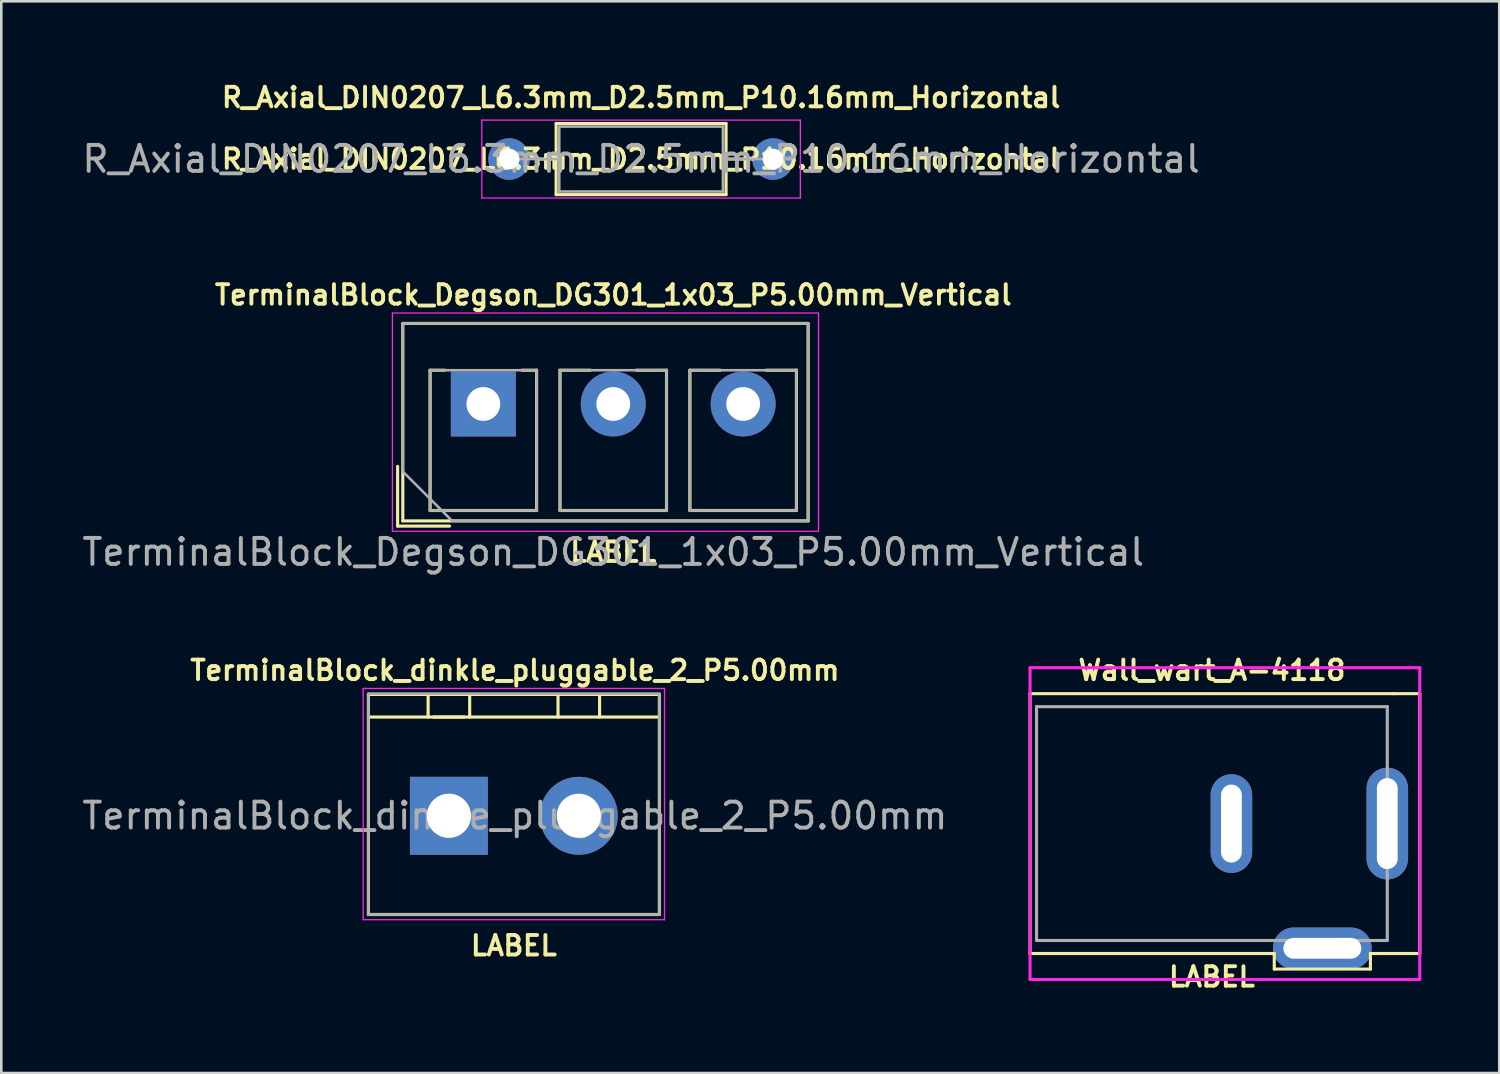
<source format=kicad_pcb>
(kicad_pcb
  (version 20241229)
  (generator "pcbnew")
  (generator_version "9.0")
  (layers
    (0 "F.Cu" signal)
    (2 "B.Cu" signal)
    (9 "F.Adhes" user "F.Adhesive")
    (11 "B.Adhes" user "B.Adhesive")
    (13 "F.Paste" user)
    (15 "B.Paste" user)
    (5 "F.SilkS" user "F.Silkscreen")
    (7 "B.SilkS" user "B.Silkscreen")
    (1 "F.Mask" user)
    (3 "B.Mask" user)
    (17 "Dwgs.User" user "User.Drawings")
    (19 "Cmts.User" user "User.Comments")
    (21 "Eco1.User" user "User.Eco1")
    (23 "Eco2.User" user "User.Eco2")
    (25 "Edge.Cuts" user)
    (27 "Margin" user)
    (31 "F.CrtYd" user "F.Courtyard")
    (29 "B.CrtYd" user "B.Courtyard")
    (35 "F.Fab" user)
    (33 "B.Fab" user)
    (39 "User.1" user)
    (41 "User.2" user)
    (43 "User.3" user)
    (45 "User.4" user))
  (footprint "Wall_wart_A-4118"
    (layer "F.Cu")
    (at 43.596 28.649)
    (property "Reference" "Wall_wart_A-4118" (at 0 -5.9 0) (layer "F.SilkS") (effects (font (size 0.75 0.75) (thickness 0.15))))
    (attr through_hole)
    (fp_line (start -7 -5) (end 7 -5) (stroke (width 0.12) (type solid)) (layer "F.SilkS"))
    (fp_line (start -7 5) (end -7 -5) (stroke (width 0.12) (type solid)) (layer "F.SilkS"))
    (fp_line (start 2.4 5) (end -7 5) (stroke (width 0.12) (type solid)) (layer "F.SilkS"))
    (fp_line (start 2.4 5) (end 2.4 5.6) (stroke (width 0.12) (type solid)) (layer "F.SilkS"))
    (fp_line (start 2.4 5.6) (end 6.1 5.6) (stroke (width 0.12) (type solid)) (layer "F.SilkS"))
    (fp_line (start 6.1 5) (end 8 5) (stroke (width 0.12) (type solid)) (layer "F.SilkS"))
    (fp_line (start 6.1 5.6) (end 6.1 5) (stroke (width 0.12) (type solid)) (layer "F.SilkS"))
    (fp_line (start 7 -5) (end 8 -5) (stroke (width 0.12) (type solid)) (layer "F.SilkS"))
    (fp_line (start 8 -5) (end 8 5) (stroke (width 0.12) (type solid)) (layer "F.SilkS"))
    (fp_line (start -7 -6) (end 8 -6) (stroke (width 0.12) (type solid)) (layer "F.CrtYd"))
    (fp_line (start -7 6) (end -7 -6) (stroke (width 0.12) (type solid)) (layer "F.CrtYd"))
    (fp_line (start 8 -6) (end 8 6) (stroke (width 0.12) (type solid)) (layer "F.CrtYd"))
    (fp_line (start 8 6) (end -7 6) (stroke (width 0.12) (type solid)) (layer "F.CrtYd"))
    (fp_line (start -6.75 -4.5) (end -6.75 4.5) (stroke (width 0.12) (type solid)) (layer "F.Fab"))
    (fp_line (start -6.75 4.5) (end 6.75 4.5) (stroke (width 0.12) (type solid)) (layer "F.Fab"))
    (fp_line (start 6.75 -4.5) (end -6.75 -4.5) (stroke (width 0.12) (type solid)) (layer "F.Fab"))
    (fp_line (start 6.75 4.5) (end 6.75 -4.5) (stroke (width 0.12) (type solid)) (layer "F.Fab"))
    (fp_text user "LABEL" (at 0 5.9 0) (layer "F.SilkS") (effects (font (size 0.75 0.75) (thickness 0.15))))
    (pad "1" thru_hole oval (at 4.25 4.8) (size 3.8 1.6) (drill oval 3 0.8) (layers "*.Cu" "*.Mask"))
    (pad "2" thru_hole oval (at 0.75 0) (size 1.6 3.8) (drill oval 0.8 3) (layers "*.Cu" "*.Mask"))
    (pad "3" thru_hole oval (at 6.75 0) (size 1.6 4.3) (drill oval 0.8 3.5) (layers "*.Cu" "*.Mask")))
  (footprint "TerminalBlock_Degson_DG301_1x03_P5.00mm_Vertical"
    (layer "F.Cu")
    (at 20.554 12.499)
    (property "Reference" "TerminalBlock_Degson_DG301_1x03_P5.00mm_Vertical" (at 0 -4.2 0) (layer "F.SilkS") (effects (font (size 0.75 0.75) (thickness 0.15))))
    (attr through_hole)
    (fp_line (start -8.3 2.4) (end -8.3 4.7) (stroke (width 0.12) (type solid)) (layer "F.SilkS"))
    (fp_line (start -8.3 4.7) (end -6.3 4.7) (stroke (width 0.12) (type solid)) (layer "F.SilkS"))
    (fp_line (start -8.1 -3.1) (end -8.1 4.5) (stroke (width 0.12) (type solid)) (layer "F.SilkS"))
    (fp_line (start -8.1 -3.1) (end 7.5 -3.1) (stroke (width 0.12) (type solid)) (layer "F.SilkS"))
    (fp_line (start -8.1 4.5) (end 7.5 4.5) (stroke (width 0.12) (type solid)) (layer "F.SilkS"))
    (fp_line (start -7.05 -1.3) (end -7.05 4.1) (stroke (width 0.12) (type solid)) (layer "F.SilkS"))
    (fp_line (start -7.05 -1.3) (end -6.49 -1.3) (stroke (width 0.12) (type solid)) (layer "F.SilkS"))
    (fp_line (start -7.05 4.1) (end -2.95 4.1) (stroke (width 0.12) (type solid)) (layer "F.SilkS"))
    (fp_line (start -3.51 -1.3) (end -2.95 -1.3) (stroke (width 0.12) (type solid)) (layer "F.SilkS"))
    (fp_line (start -2.95 -1.3) (end -2.95 4.1) (stroke (width 0.12) (type solid)) (layer "F.SilkS"))
    (fp_line (start -2.05 -1.3) (end -2.05 4.1) (stroke (width 0.12) (type solid)) (layer "F.SilkS"))
    (fp_line (start -2.05 -1.3) (end -0.883 -1.3) (stroke (width 0.12) (type solid)) (layer "F.SilkS"))
    (fp_line (start -2.05 4.1) (end 2.05 4.1) (stroke (width 0.12) (type solid)) (layer "F.SilkS"))
    (fp_line (start 0.884 -1.3) (end 2.05 -1.3) (stroke (width 0.12) (type solid)) (layer "F.SilkS"))
    (fp_line (start 2.05 -1.3) (end 2.05 4.1) (stroke (width 0.12) (type solid)) (layer "F.SilkS"))
    (fp_line (start 2.95 -1.3) (end 2.95 4.1) (stroke (width 0.12) (type solid)) (layer "F.SilkS"))
    (fp_line (start 2.95 -1.3) (end 4.117 -1.3) (stroke (width 0.12) (type solid)) (layer "F.SilkS"))
    (fp_line (start 2.95 4.1) (end 7.05 4.1) (stroke (width 0.12) (type solid)) (layer "F.SilkS"))
    (fp_line (start 5.884 -1.3) (end 7.05 -1.3) (stroke (width 0.12) (type solid)) (layer "F.SilkS"))
    (fp_line (start 7.05 -1.3) (end 7.05 4.1) (stroke (width 0.12) (type solid)) (layer "F.SilkS"))
    (fp_line (start 7.5 -3.1) (end 7.5 4.5) (stroke (width 0.12) (type solid)) (layer "F.SilkS"))
    (fp_line (start -8.5 -3.5) (end -8.5 4.9) (stroke (width 0.05) (type solid)) (layer "F.CrtYd"))
    (fp_line (start -8.5 4.9) (end 7.9 4.9) (stroke (width 0.05) (type solid)) (layer "F.CrtYd"))
    (fp_line (start 7.9 -3.5) (end -8.5 -3.5) (stroke (width 0.05) (type solid)) (layer "F.CrtYd"))
    (fp_line (start 7.9 4.9) (end 7.9 -3.5) (stroke (width 0.05) (type solid)) (layer "F.CrtYd"))
    (fp_line (start -8.1 -3.1) (end 7.5 -3.1) (stroke (width 0.1) (type solid)) (layer "F.Fab"))
    (fp_line (start -8.1 2.6) (end -8.1 -3.1) (stroke (width 0.1) (type solid)) (layer "F.Fab"))
    (fp_line (start -7.05 -1.3) (end -7.05 4.1) (stroke (width 0.1) (type solid)) (layer "F.Fab"))
    (fp_line (start -7.05 4.1) (end -2.95 4.1) (stroke (width 0.1) (type solid)) (layer "F.Fab"))
    (fp_line (start -6.2 4.5) (end -8.1 2.6) (stroke (width 0.1) (type solid)) (layer "F.Fab"))
    (fp_line (start -2.95 -1.3) (end -7.05 -1.3) (stroke (width 0.1) (type solid)) (layer "F.Fab"))
    (fp_line (start -2.95 4.1) (end -2.95 -1.3) (stroke (width 0.1) (type solid)) (layer "F.Fab"))
    (fp_line (start -2.05 -1.3) (end -2.05 4.1) (stroke (width 0.1) (type solid)) (layer "F.Fab"))
    (fp_line (start -2.05 4.1) (end 2.05 4.1) (stroke (width 0.1) (type solid)) (layer "F.Fab"))
    (fp_line (start 2.05 -1.3) (end -2.05 -1.3) (stroke (width 0.1) (type solid)) (layer "F.Fab"))
    (fp_line (start 2.05 4.1) (end 2.05 -1.3) (stroke (width 0.1) (type solid)) (layer "F.Fab"))
    (fp_line (start 2.95 -1.3) (end 2.95 4.1) (stroke (width 0.1) (type solid)) (layer "F.Fab"))
    (fp_line (start 2.95 4.1) (end 7.05 4.1) (stroke (width 0.1) (type solid)) (layer "F.Fab"))
    (fp_line (start 7.05 -1.3) (end 2.95 -1.3) (stroke (width 0.1) (type solid)) (layer "F.Fab"))
    (fp_line (start 7.05 4.1) (end 7.05 -1.3) (stroke (width 0.1) (type solid)) (layer "F.Fab"))
    (fp_line (start 7.5 -3.1) (end 7.5 4.5) (stroke (width 0.1) (type solid)) (layer "F.Fab"))
    (fp_line (start 7.5 4.5) (end -6.2 4.5) (stroke (width 0.1) (type solid)) (layer "F.Fab"))
    (fp_text user "LABEL" (at 0 5.7 0) (layer "F.SilkS") (effects (font (size 0.75 0.75) (thickness 0.15))))
    (fp_text user "${REFERENCE}" (at 0 5.7 0) (layer "F.Fab") (effects (font (size 1 1) (thickness 0.15))))
    (pad "1" thru_hole rect (at -5 0) (size 2.5 2.5) (drill 1.3) (layers "*.Cu" "*.Mask"))
    (pad "2" thru_hole circle (at 0 0) (size 2.5 2.5) (drill 1.3) (layers "*.Cu" "*.Mask"))
    (pad "3" thru_hole circle (at 5 0) (size 2.5 2.5) (drill 1.3) (layers "*.Cu" "*.Mask")))
  (footprint "R_Axial_DIN0207_L6.3mm_D2.5mm_P10.16mm_Horizontal"
    (layer "F.Cu")
    (at 16.545 3.072)
    (property "Reference" "R_Axial_DIN0207_L6.3mm_D2.5mm_P10.16mm_Horizontal" (at 5.08 -2.37 0) (layer "F.SilkS") (effects (font (size 0.75 0.75) (thickness 0.15))))
    (property "Value" "R_Axial_DIN0207_L6.3mm_D2.5mm_P10.16mm_Horizontal" (at 5.08 2.37 0) (layer "F.Fab") (hide yes) (effects (font (size 1 1) (thickness 0.15))))
    (attr through_hole)
    (fp_line (start 1.04 0) (end 1.81 0) (stroke (width 0.12) (type solid)) (layer "F.SilkS"))
    (fp_line (start 1.81 -1.37) (end 1.81 1.37) (stroke (width 0.12) (type solid)) (layer "F.SilkS"))
    (fp_line (start 1.81 1.37) (end 8.35 1.37) (stroke (width 0.12) (type solid)) (layer "F.SilkS"))
    (fp_line (start 8.35 -1.37) (end 1.81 -1.37) (stroke (width 0.12) (type solid)) (layer "F.SilkS"))
    (fp_line (start 8.35 1.37) (end 8.35 -1.37) (stroke (width 0.12) (type solid)) (layer "F.SilkS"))
    (fp_line (start 9.12 0) (end 8.35 0) (stroke (width 0.12) (type solid)) (layer "F.SilkS"))
    (fp_line (start -1.05 -1.5) (end -1.05 1.5) (stroke (width 0.05) (type solid)) (layer "F.CrtYd"))
    (fp_line (start -1.05 1.5) (end 11.21 1.5) (stroke (width 0.05) (type solid)) (layer "F.CrtYd"))
    (fp_line (start 11.21 -1.5) (end -1.05 -1.5) (stroke (width 0.05) (type solid)) (layer "F.CrtYd"))
    (fp_line (start 11.21 1.5) (end 11.21 -1.5) (stroke (width 0.05) (type solid)) (layer "F.CrtYd"))
    (fp_line (start 0 0) (end 1.93 0) (stroke (width 0.1) (type solid)) (layer "F.Fab"))
    (fp_line (start 1.93 -1.25) (end 1.93 1.25) (stroke (width 0.1) (type solid)) (layer "F.Fab"))
    (fp_line (start 1.93 1.25) (end 8.23 1.25) (stroke (width 0.1) (type solid)) (layer "F.Fab"))
    (fp_line (start 8.23 -1.25) (end 1.93 -1.25) (stroke (width 0.1) (type solid)) (layer "F.Fab"))
    (fp_line (start 8.23 1.25) (end 8.23 -1.25) (stroke (width 0.1) (type solid)) (layer "F.Fab"))
    (fp_line (start 10.16 0) (end 8.23 0) (stroke (width 0.1) (type solid)) (layer "F.Fab"))
    (fp_text user "${VALUE}" (at 5.08 0 0) (layer "F.SilkS") (effects (font (size 0.75 0.75) (thickness 0.15))))
    (fp_text user "${REFERENCE}" (at 5.08 0 0) (layer "F.Fab") (effects (font (size 1 1) (thickness 0.15))))
    (pad "1" thru_hole circle (at 0 0) (size 1.6 1.6) (drill 0.8) (layers "*.Cu" "*.Mask"))
    (pad "2" thru_hole oval (at 10.16 0) (size 1.6 1.6) (drill 0.8) (layers "*.Cu" "*.Mask")))
  (footprint "TerminalBlock_dinkle_pluggable_2_P5.00mm"
    (layer "F.Cu")
    (at 14.228 28.349)
    (property "Reference" "TerminalBlock_dinkle_pluggable_2_P5.00mm" (at 2.54 -5.6 0) (layer "F.SilkS") (effects (font (size 0.75 0.75) (thickness 0.15))))
    (attr through_hole)
    (fp_line (start -3.1 -4.67) (end -3.1 3.8) (stroke (width 0.12) (type solid)) (layer "F.SilkS"))
    (fp_line (start -3.1 -4.67) (end 8.1 -4.67) (stroke (width 0.12) (type solid)) (layer "F.SilkS"))
    (fp_line (start -3.1 -3.8) (end 8.1 -3.8) (stroke (width 0.12) (type solid)) (layer "F.SilkS"))
    (fp_line (start -3.1 3.8) (end 8.1 3.8) (stroke (width 0.12) (type solid)) (layer "F.SilkS"))
    (fp_line (start -0.8 -4.6) (end -0.8 -3.8) (stroke (width 0.12) (type solid)) (layer "F.SilkS"))
    (fp_line (start -0.6 -3.8) (end 0.6 -3.8) (stroke (width 0.12) (type solid)) (layer "F.SilkS"))
    (fp_line (start 0.8 -3.8) (end 0.8 -4.6) (stroke (width 0.12) (type solid)) (layer "F.SilkS"))
    (fp_line (start 4.2 -3.8) (end 4.2 -4.6) (stroke (width 0.12) (type solid)) (layer "F.SilkS"))
    (fp_line (start 5.8 -3.8) (end 5.8 -4.6) (stroke (width 0.12) (type solid)) (layer "F.SilkS"))
    (fp_line (start 8.1 3.8) (end 8.1 -4.67) (stroke (width 0.12) (type solid)) (layer "F.SilkS"))
    (fp_line (start -3.3 -4.9) (end -3.3 4) (stroke (width 0.05) (type solid)) (layer "F.CrtYd"))
    (fp_line (start -3.3 -4.9) (end 8.3 -4.9) (stroke (width 0.05) (type solid)) (layer "F.CrtYd"))
    (fp_line (start 8.3 4) (end -3.3 4) (stroke (width 0.05) (type solid)) (layer "F.CrtYd"))
    (fp_line (start 8.3 4) (end 8.3 -4.9) (stroke (width 0.05) (type solid)) (layer "F.CrtYd"))
    (fp_line (start -3.1 -4.7) (end -3.1 3.8) (stroke (width 0.1) (type solid)) (layer "F.Fab"))
    (fp_line (start -3.1 3.8) (end 8.1 3.8) (stroke (width 0.1) (type solid)) (layer "F.Fab"))
    (fp_line (start 8.1 -4.7) (end -3.1 -4.7) (stroke (width 0.1) (type solid)) (layer "F.Fab"))
    (fp_line (start 8.1 3.8) (end 8.1 -4.7) (stroke (width 0.1) (type solid)) (layer "F.Fab"))
    (fp_text user "LABEL" (at 2.5 5 0) (layer "F.SilkS") (effects (font (size 0.75 0.75) (thickness 0.15))))
    (fp_text user "${REFERENCE}" (at 2.54 0 0) (layer "F.Fab") (effects (font (size 1 1) (thickness 0.15))))
    (pad "1" thru_hole rect (at 0 0) (size 3 3) (drill 1.7) (layers "*.Cu" "*.Mask"))
    (pad "2" thru_hole circle (at 5 0) (size 3 3) (drill 1.7) (layers "*.Cu" "*.Mask")))
  (gr_rect
    (start -3 -3)
    (end 54.656 38.251)
    (stroke (width 0.1) (type default))
    (fill no)
    (layer "Edge.Cuts")))
</source>
